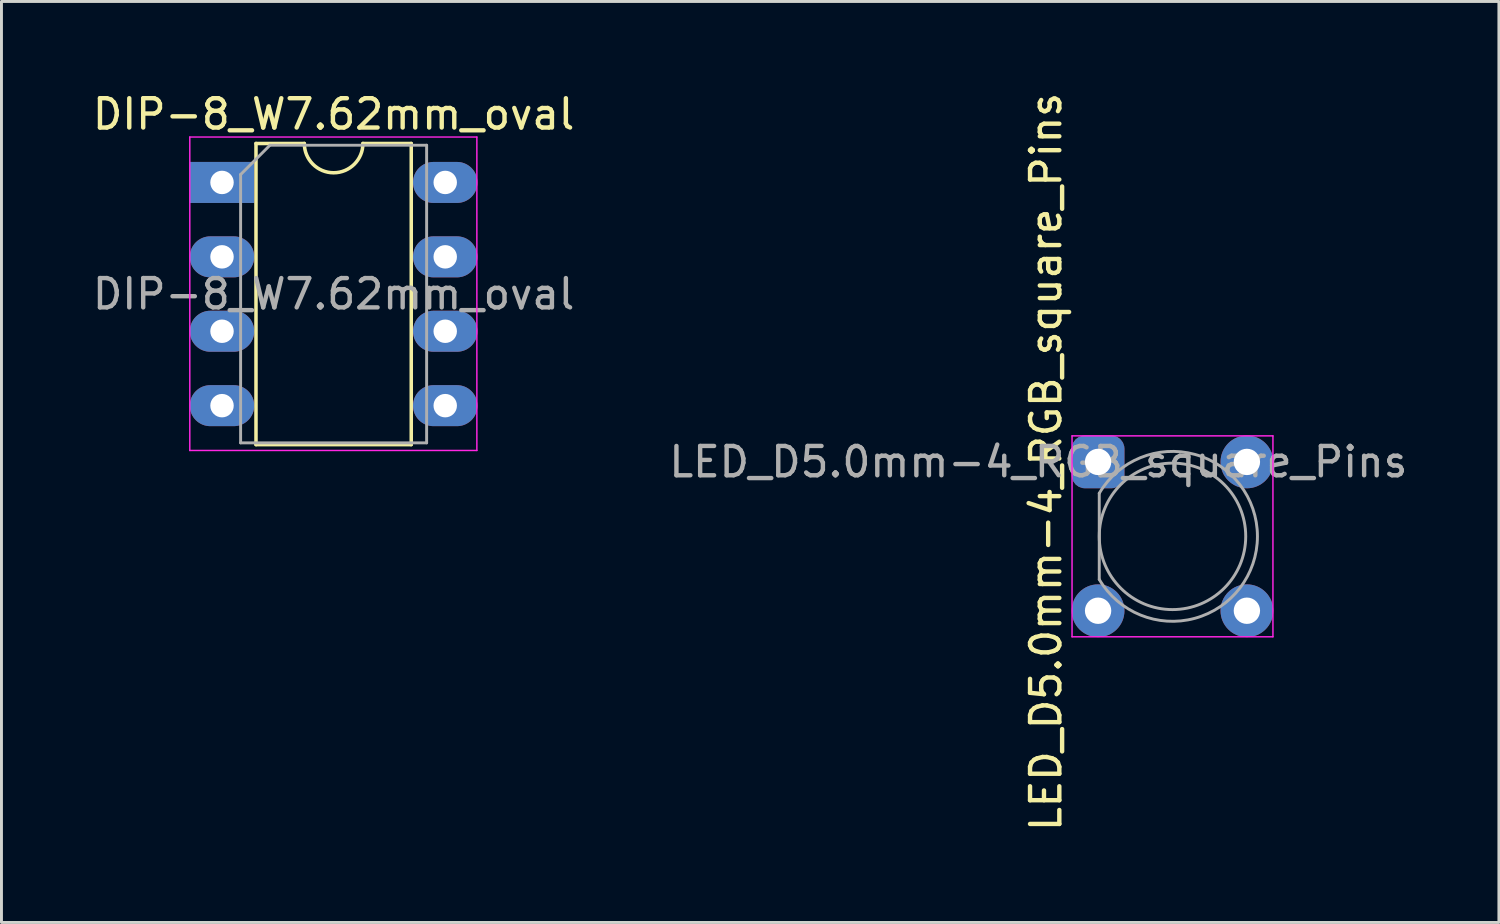
<source format=kicad_pcb>
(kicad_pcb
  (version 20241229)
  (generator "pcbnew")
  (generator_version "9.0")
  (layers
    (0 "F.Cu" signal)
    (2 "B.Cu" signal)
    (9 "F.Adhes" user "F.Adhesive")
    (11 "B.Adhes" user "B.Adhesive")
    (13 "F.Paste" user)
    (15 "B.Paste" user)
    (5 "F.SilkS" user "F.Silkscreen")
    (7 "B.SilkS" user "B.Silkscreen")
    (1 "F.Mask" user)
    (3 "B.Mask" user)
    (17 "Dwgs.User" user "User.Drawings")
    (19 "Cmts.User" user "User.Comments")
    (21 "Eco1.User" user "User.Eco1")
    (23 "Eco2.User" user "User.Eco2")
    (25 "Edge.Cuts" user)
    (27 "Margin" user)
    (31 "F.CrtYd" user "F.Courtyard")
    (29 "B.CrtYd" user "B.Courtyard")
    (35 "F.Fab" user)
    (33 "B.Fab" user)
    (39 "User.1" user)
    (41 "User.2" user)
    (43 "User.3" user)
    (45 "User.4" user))
  (footprint "DIP-8_W7.62mm_oval"
    (layer "F.Cu")
    (at 4.529 3.178)
    (property "Reference" "DIP-8_W7.62mm_oval" (at 3.81 -2.33 0) (layer "F.SilkS") (effects (font (size 1 1) (thickness 0.15))))
    (attr through_hole)
    (fp_line (start 1.16 -1.33) (end 1.16 8.95) (stroke (width 0.12) (type solid)) (layer "F.SilkS"))
    (fp_line (start 1.16 8.95) (end 6.46 8.95) (stroke (width 0.12) (type solid)) (layer "F.SilkS"))
    (fp_line (start 2.81 -1.33) (end 1.16 -1.33) (stroke (width 0.12) (type solid)) (layer "F.SilkS"))
    (fp_line (start 6.46 -1.33) (end 4.81 -1.33) (stroke (width 0.12) (type solid)) (layer "F.SilkS"))
    (fp_line (start 6.46 8.95) (end 6.46 -1.33) (stroke (width 0.12) (type solid)) (layer "F.SilkS"))
    (fp_arc (start 4.81 -1.33) (mid 3.81 -0.33) (end 2.81 -1.33) (stroke (width 0.12) (type solid)) (layer "F.SilkS"))
    (fp_line (start -1.1 -1.55) (end -1.1 9.15) (stroke (width 0.05) (type solid)) (layer "F.CrtYd"))
    (fp_line (start -1.1 9.15) (end 8.7 9.15) (stroke (width 0.05) (type solid)) (layer "F.CrtYd"))
    (fp_line (start 8.7 -1.55) (end -1.1 -1.55) (stroke (width 0.05) (type solid)) (layer "F.CrtYd"))
    (fp_line (start 8.7 9.15) (end 8.7 -1.55) (stroke (width 0.05) (type solid)) (layer "F.CrtYd"))
    (fp_line (start 0.635 -0.27) (end 1.635 -1.27) (stroke (width 0.1) (type solid)) (layer "F.Fab"))
    (fp_line (start 0.635 8.89) (end 0.635 -0.27) (stroke (width 0.1) (type solid)) (layer "F.Fab"))
    (fp_line (start 1.635 -1.27) (end 6.985 -1.27) (stroke (width 0.1) (type solid)) (layer "F.Fab"))
    (fp_line (start 6.985 -1.27) (end 6.985 8.89) (stroke (width 0.1) (type solid)) (layer "F.Fab"))
    (fp_line (start 6.985 8.89) (end 0.635 8.89) (stroke (width 0.1) (type solid)) (layer "F.Fab"))
    (fp_text user "${REFERENCE}" (at 3.81 3.81 0) (layer "F.Fab") (effects (font (size 1 1) (thickness 0.15))))
    (pad "1" thru_hole rect (at 0 0) (size 2.2 1.4) (drill 0.8) (layers "*.Cu" "*.Mask"))
    (pad "2" thru_hole oval (at 0 2.54) (size 2.2 1.4) (drill 0.8) (layers "*.Cu" "*.Mask"))
    (pad "3" thru_hole oval (at 0 5.08) (size 2.2 1.4) (drill 0.8) (layers "*.Cu" "*.Mask"))
    (pad "4" thru_hole oval (at 0 7.62) (size 2.2 1.4) (drill 0.8) (layers "*.Cu" "*.Mask"))
    (pad "5" thru_hole oval (at 7.62 7.62) (size 2.2 1.4) (drill 0.8) (layers "*.Cu" "*.Mask"))
    (pad "6" thru_hole oval (at 7.62 5.08) (size 2.2 1.4) (drill 0.8) (layers "*.Cu" "*.Mask"))
    (pad "7" thru_hole oval (at 7.62 2.54) (size 2.2 1.4) (drill 0.8) (layers "*.Cu" "*.Mask"))
    (pad "8" thru_hole oval (at 7.62 0) (size 2.2 1.4) (drill 0.8) (layers "*.Cu" "*.Mask")))
  (footprint "LED_D5.0mm-4_RGB_square_Pins"
    (layer "F.Cu")
    (at 36.976 15.259)
    (property "Reference" "LED_D5.0mm-4_RGB_square_Pins" (at -4.318 -2.539 90) (layer "F.SilkS") (effects (font (size 1 1) (thickness 0.15))))
    (attr through_hole)
    (fp_line (start -3.429 -3.429) (end 3.429 -3.429) (stroke (width 0.05) (type solid)) (layer "F.CrtYd"))
    (fp_line (start -3.429 3.429) (end -3.429 -3.429) (stroke (width 0.05) (type solid)) (layer "F.CrtYd"))
    (fp_line (start 3.429 -3.429) (end 3.429 3.429) (stroke (width 0.05) (type solid)) (layer "F.CrtYd"))
    (fp_line (start 3.429 3.429) (end -3.429 3.429) (stroke (width 0.05) (type solid)) (layer "F.CrtYd"))
    (fp_line (start -2.5 -1.469) (end -2.5 1.47) (stroke (width 0.1) (type solid)) (layer "F.Fab"))
    (fp_arc (start -2.5 -1.468894) (mid 2.9 0.000816) (end -2.500016 1.470466) (stroke (width 0.1) (type solid)) (layer "F.Fab"))
    (fp_circle (center 0 0.001) (end 2.5 0.001) (stroke (width 0.1) (type solid)) (fill no) (layer "F.Fab"))
    (fp_text user "${REFERENCE}" (at -4.577 -2.54 0) (layer "F.Fab") (effects (font (size 1 1) (thickness 0.15))))
    (pad "1" thru_hole circle (at 2.54 2.54) (size 1.8 1.8) (drill 0.9) (layers "*.Cu" "*.Mask"))
    (pad "2" thru_hole circle (at -2.54 2.54) (size 1.8 1.8) (drill 0.9) (layers "*.Cu" "*.Mask"))
    (pad "3" thru_hole roundrect (at -2.54 -2.54) (size 1.8 1.8) (drill 0.9) (layers "*.Cu" "*.Mask") (roundrect_rratio 0.25))
    (pad "4" thru_hole circle (at 2.54 -2.54) (size 1.8 1.8) (drill 0.9) (layers "*.Cu" "*.Mask")))
  (gr_rect
    (start -3 -3)
    (end 48.119 28.44)
    (stroke (width 0.1) (type default))
    (fill no)
    (layer "Edge.Cuts")))
</source>
